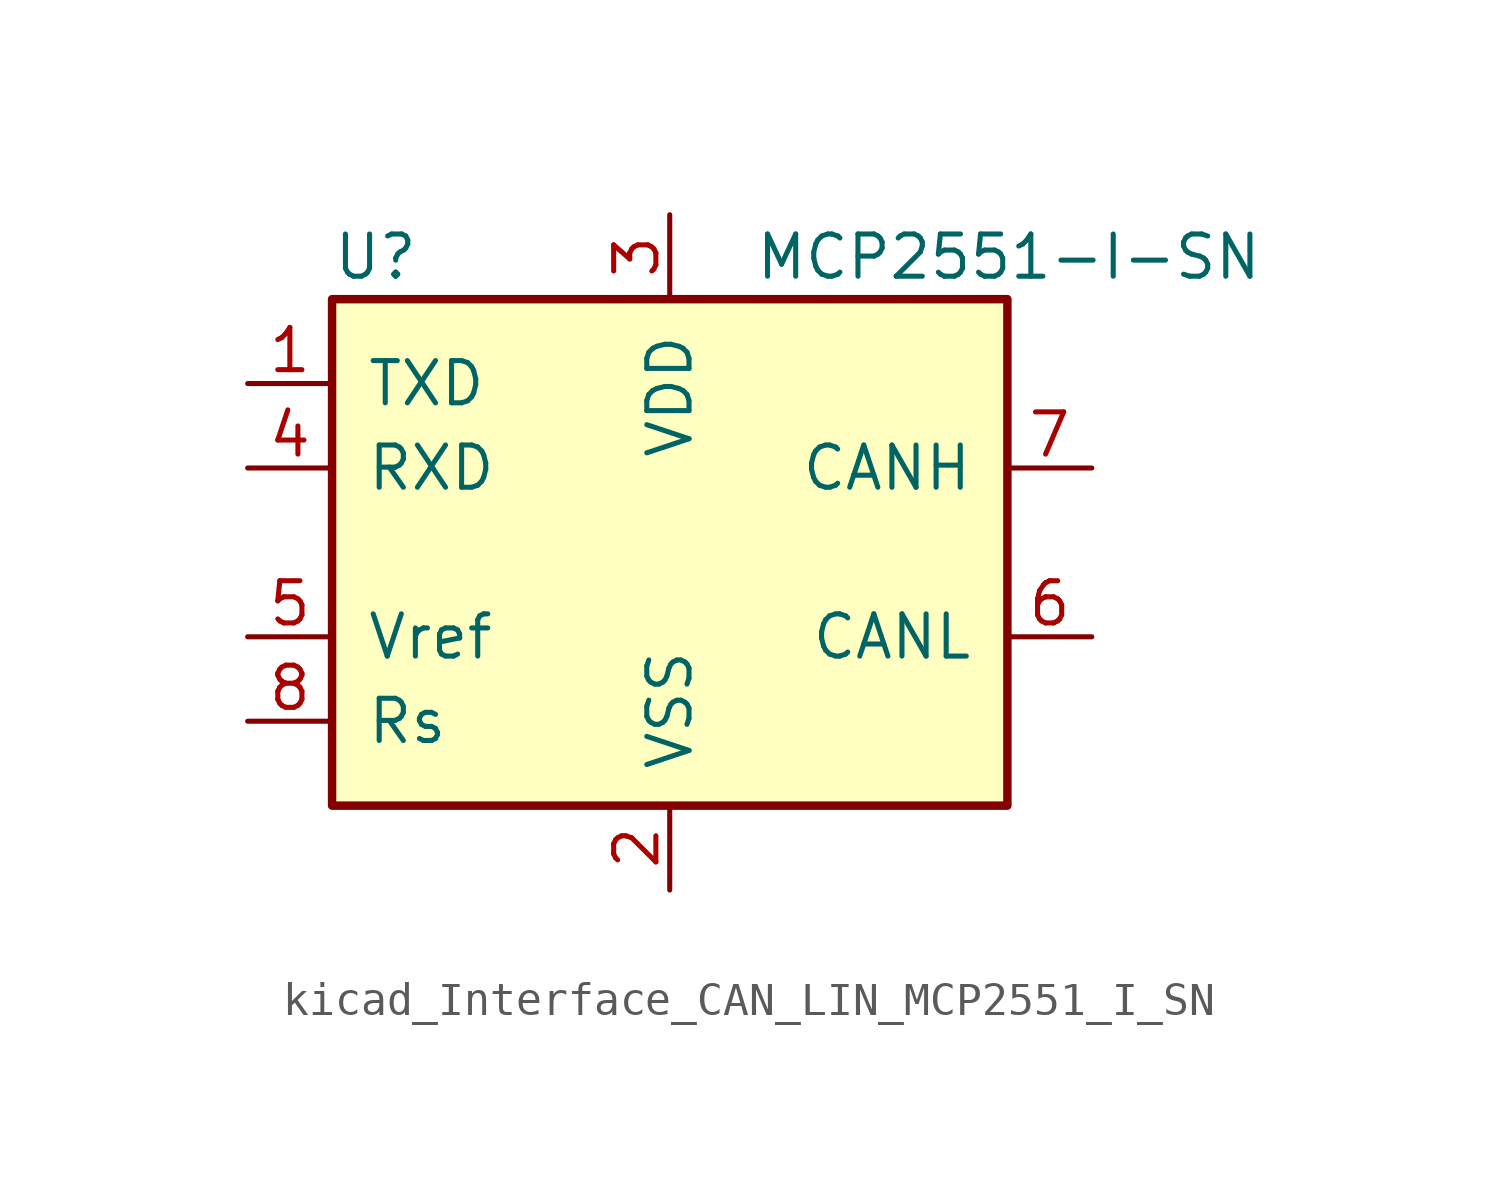
<source format=kicad_sym>
(kicad_symbol_lib
  (version 20220914)
  (generator kicad_symbol_editor)
  (symbol "kicad_Interface_CAN_LIN_MCP2551_I_SN"
    (pin_names
      (offset 1.016))
    (property "Reference" "U"
      (at -10.16 8.89 0)
      (effects (font (size 1.27 1.27)) (justify left)))
    (property "Value" "MCP2551-I-SN"
      (at 2.54 8.89 0)
      (effects (font (size 1.27 1.27)) (justify left)))
    (symbol "kicad_Interface_CAN_LIN_MCP2551_I_SN_0_1"
      (rectangle (start -10.16 7.62) (end 10.16 -7.62) (stroke (width 0.254) (type default)) (fill (type background))))
    (symbol "kicad_Interface_CAN_LIN_MCP2551_I_SN_1_1"
      (pin input line (at -12.7 5.08 0) (length 2.54) (name "TXD" (effects (font (size 1.27 1.27)))) (number "1" (effects (font (size 1.27 1.27)))))
      (pin power_in line (at 0 -10.16 90) (length 2.54) (name "VSS" (effects (font (size 1.27 1.27)))) (number "2" (effects (font (size 1.27 1.27)))))
      (pin power_in line (at 0 10.16 270) (length 2.54) (name "VDD" (effects (font (size 1.27 1.27)))) (number "3" (effects (font (size 1.27 1.27)))))
      (pin output line (at -12.7 2.54 0) (length 2.54) (name "RXD" (effects (font (size 1.27 1.27)))) (number "4" (effects (font (size 1.27 1.27)))))
      (pin power_out line (at -12.7 -2.54 0) (length 2.54) (name "Vref" (effects (font (size 1.27 1.27)))) (number "5" (effects (font (size 1.27 1.27)))))
      (pin bidirectional line (at 12.7 -2.54 180) (length 2.54) (name "CANL" (effects (font (size 1.27 1.27)))) (number "6" (effects (font (size 1.27 1.27)))))
      (pin bidirectional line (at 12.7 2.54 180) (length 2.54) (name "CANH" (effects (font (size 1.27 1.27)))) (number "7" (effects (font (size 1.27 1.27)))))
      (pin input line (at -12.7 -5.08 0) (length 2.54) (name "Rs" (effects (font (size 1.27 1.27)))) (number "8" (effects (font (size 1.27 1.27))))))))
</source>
